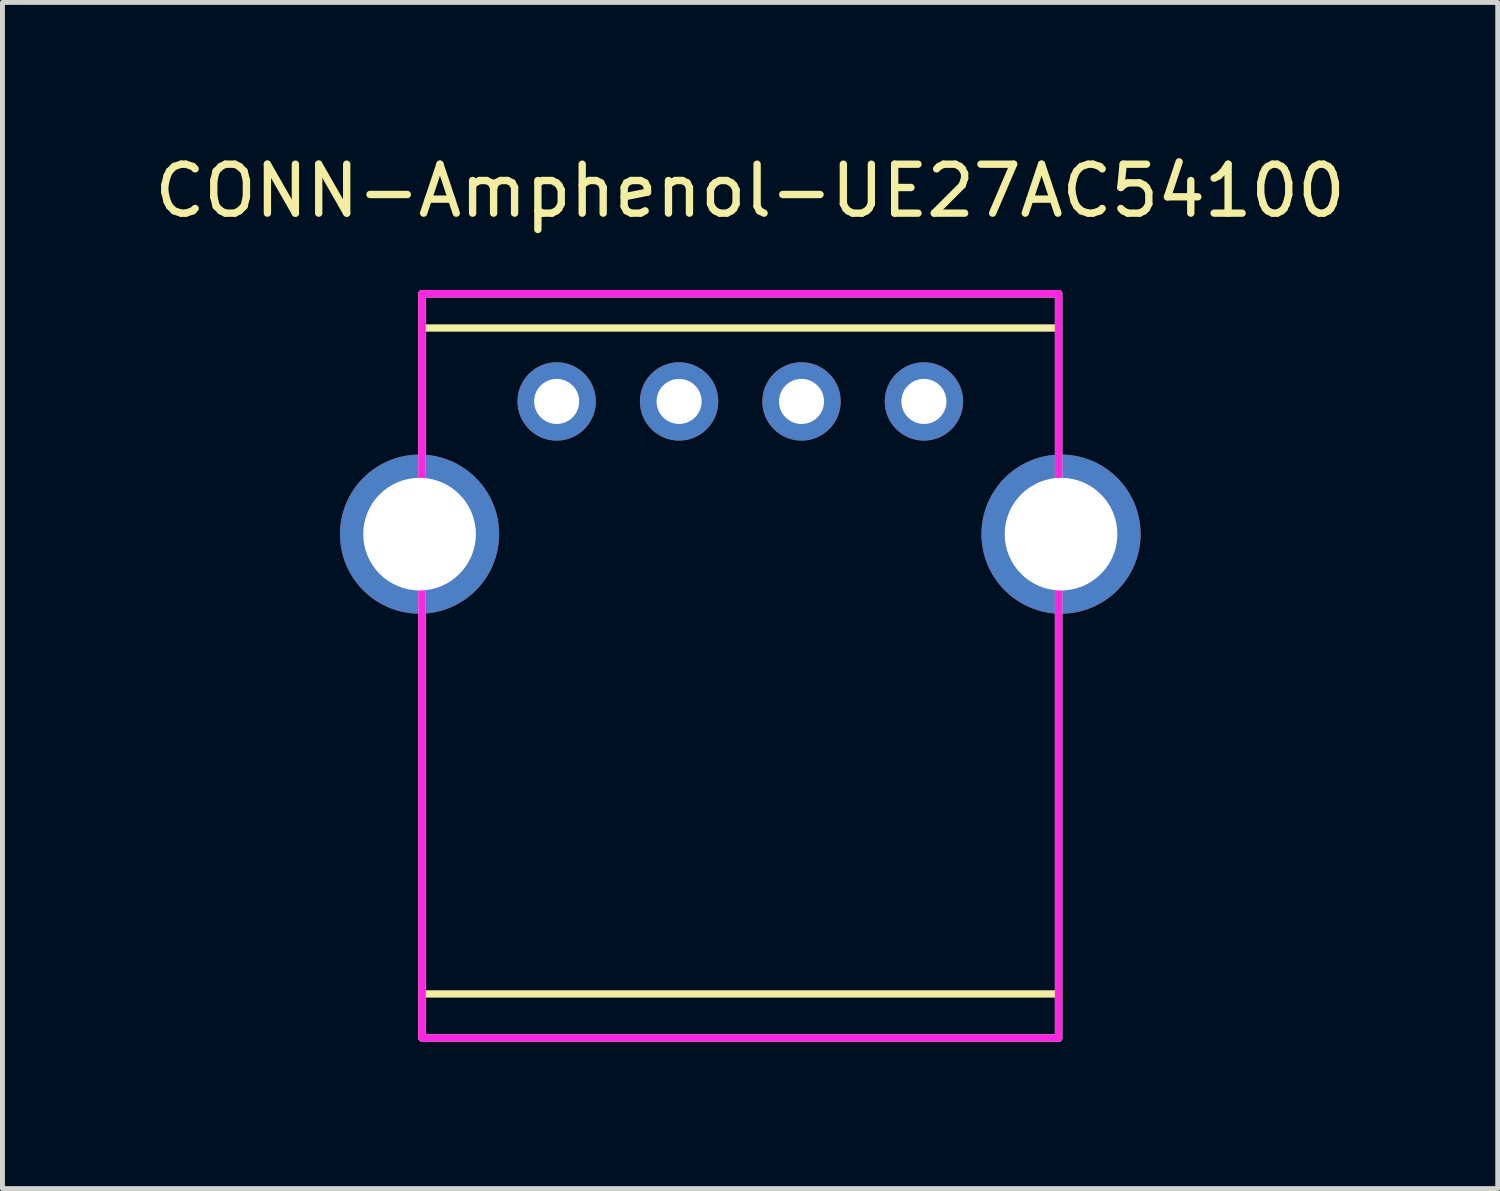
<source format=kicad_pcb>
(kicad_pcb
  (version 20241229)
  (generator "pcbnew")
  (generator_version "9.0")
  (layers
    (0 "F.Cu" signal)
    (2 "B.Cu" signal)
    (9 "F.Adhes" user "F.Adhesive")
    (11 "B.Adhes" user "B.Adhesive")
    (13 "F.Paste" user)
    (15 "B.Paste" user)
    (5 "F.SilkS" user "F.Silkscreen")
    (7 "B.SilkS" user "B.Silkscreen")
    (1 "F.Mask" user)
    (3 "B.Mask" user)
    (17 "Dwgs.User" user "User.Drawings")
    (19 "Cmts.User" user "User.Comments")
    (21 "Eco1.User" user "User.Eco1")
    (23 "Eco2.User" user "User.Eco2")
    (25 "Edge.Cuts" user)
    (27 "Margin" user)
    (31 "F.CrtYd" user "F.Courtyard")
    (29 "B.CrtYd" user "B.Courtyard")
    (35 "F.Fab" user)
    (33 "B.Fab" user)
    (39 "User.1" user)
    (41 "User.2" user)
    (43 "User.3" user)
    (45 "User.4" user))
  (footprint "CONN-Amphenol-UE27AC54100"
    (layer "F.Cu")
    (at 12.068 5.148)
    (property "Reference" "CONN-Amphenol-UE27AC54100" (at 0.2 -4.3 0) (layer "F.SilkS") (effects (font (size 1 1) (thickness 0.15))))
    (attr through_hole)
    (fp_line (start -6.5 -2.2) (end -6.5 -1.5) (stroke (width 0.15) (type solid)) (layer "F.SilkS"))
    (fp_line (start -6.5 -1.5) (end 6.5 -1.5) (stroke (width 0.15) (type solid)) (layer "F.SilkS"))
    (fp_line (start -6.5 12.1) (end 6.5 12.1) (stroke (width 0.15) (type solid)) (layer "F.SilkS"))
    (fp_line (start -6.5 13) (end -6.5 -1.5) (stroke (width 0.15) (type solid)) (layer "F.SilkS"))
    (fp_line (start 6.5 -2.2) (end -6.5 -2.2) (stroke (width 0.15) (type solid)) (layer "F.SilkS"))
    (fp_line (start 6.5 -1.5) (end 6.5 -2.2) (stroke (width 0.15) (type solid)) (layer "F.SilkS"))
    (fp_line (start 6.5 -1.5) (end 6.5 13) (stroke (width 0.15) (type solid)) (layer "F.SilkS"))
    (fp_line (start 6.5 13) (end -6.5 13) (stroke (width 0.15) (type solid)) (layer "F.SilkS"))
    (fp_line (start -6.5 -2.2) (end 6.5 -2.2) (stroke (width 0.15) (type solid)) (layer "F.CrtYd"))
    (fp_line (start -6.5 13) (end -6.5 -2.2) (stroke (width 0.15) (type solid)) (layer "F.CrtYd"))
    (fp_line (start 6.5 -2.2) (end 6.5 13) (stroke (width 0.15) (type solid)) (layer "F.CrtYd"))
    (fp_line (start 6.5 13) (end -6.5 13) (stroke (width 0.15) (type solid)) (layer "F.CrtYd"))
    (fp_line (start -6.5 -2.2) (end 6.5 -2.2) (stroke (width 0.15) (type solid)) (layer "F.Fab"))
    (fp_line (start -6.5 13) (end -6.5 -2.2) (stroke (width 0.15) (type solid)) (layer "F.Fab"))
    (fp_line (start 6.5 -2.2) (end 6.5 13) (stroke (width 0.15) (type solid)) (layer "F.Fab"))
    (fp_line (start 6.5 13) (end -6.5 13) (stroke (width 0.15) (type solid)) (layer "F.Fab"))
    (pad "1" thru_hole circle (at -3.75 0) (size 1.6 1.6) (drill 0.92) (layers "*.Cu" "*.Mask"))
    (pad "2" thru_hole circle (at -1.25 0) (size 1.6 1.6) (drill 0.92) (layers "*.Cu" "*.Mask"))
    (pad "3" thru_hole circle (at 1.25 0) (size 1.6 1.6) (drill 0.92) (layers "*.Cu" "*.Mask"))
    (pad "4" thru_hole circle (at 3.75 0) (size 1.6 1.6) (drill 0.92) (layers "*.Cu" "*.Mask"))
    (pad "SH" thru_hole circle (at -6.55 2.71) (size 3.25 3.25) (drill 2.3) (layers "*.Cu" "*.Mask"))
    (pad "SH" thru_hole circle (at 6.55 2.71) (size 3.25 3.25) (drill 2.3) (layers "*.Cu" "*.Mask")))
  (gr_rect
    (start -3 -3)
    (end 27.536 21.223)
    (stroke (width 0.1) (type default))
    (fill no)
    (layer "Edge.Cuts")))
</source>
